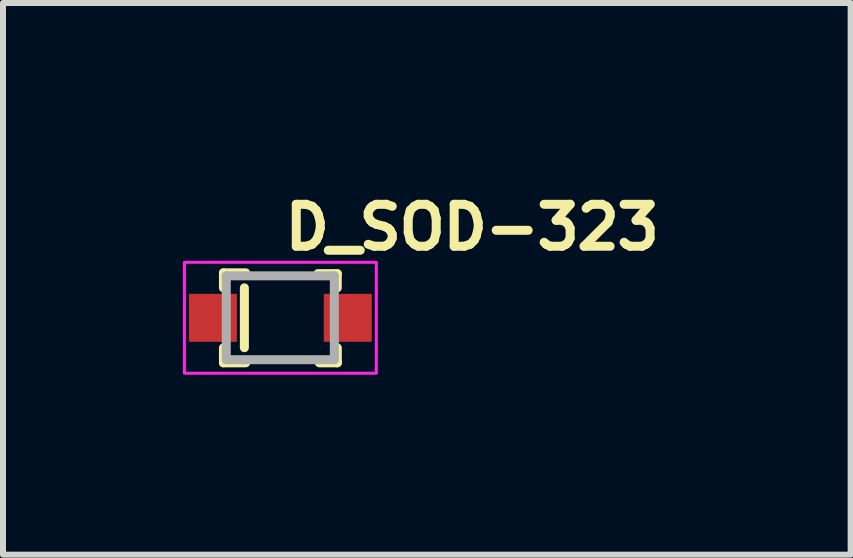
<source format=kicad_pcb>
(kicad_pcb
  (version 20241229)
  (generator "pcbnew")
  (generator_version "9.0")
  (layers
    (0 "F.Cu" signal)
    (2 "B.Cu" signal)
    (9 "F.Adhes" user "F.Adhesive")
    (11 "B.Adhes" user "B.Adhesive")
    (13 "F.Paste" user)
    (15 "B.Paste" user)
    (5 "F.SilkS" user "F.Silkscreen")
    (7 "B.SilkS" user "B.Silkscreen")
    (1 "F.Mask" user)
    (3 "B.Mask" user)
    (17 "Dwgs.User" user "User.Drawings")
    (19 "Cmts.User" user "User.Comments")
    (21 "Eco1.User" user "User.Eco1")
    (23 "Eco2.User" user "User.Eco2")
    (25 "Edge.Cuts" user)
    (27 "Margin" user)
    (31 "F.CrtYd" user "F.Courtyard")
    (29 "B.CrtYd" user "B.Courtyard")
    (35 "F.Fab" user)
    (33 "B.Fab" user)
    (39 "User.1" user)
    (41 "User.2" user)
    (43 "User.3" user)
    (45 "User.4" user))
  (footprint "D_SOD-323"
    (layer "F.Cu")
    (at 1.625 2.249)
    (property "Reference" "D_SOD-323" (at 0 -1.099 0) (layer "F.SilkS") (effects (font (size 0.7 0.7) (thickness 0.15)) (justify left bottom)))
    (attr smd)
    (fp_line (start -0.949 -0.749) (end -0.949 -0.499) (stroke (width 0.15) (type solid)) (layer "F.SilkS"))
    (fp_line (start -0.949 0.501) (end -0.949 0.751) (stroke (width 0.15) (type solid)) (layer "F.SilkS"))
    (fp_line (start -0.6 -0.499) (end -0.6 0.499) (stroke (width 0.15) (type solid)) (layer "F.SilkS"))
    (fp_line (start -0.577 -0.749) (end -0.949 -0.749) (stroke (width 0.15) (type solid)) (layer "F.SilkS"))
    (fp_line (start -0.577 0.751) (end -0.949 0.751) (stroke (width 0.15) (type solid)) (layer "F.SilkS"))
    (fp_line (start 0.625 -0.736) (end 0.949 -0.736) (stroke (width 0.15) (type solid)) (layer "F.SilkS"))
    (fp_line (start 0.949 -0.736) (end 0.949 -0.499) (stroke (width 0.15) (type solid)) (layer "F.SilkS"))
    (fp_line (start 0.95 0.501) (end 0.95 0.751) (stroke (width 0.15) (type solid)) (layer "F.SilkS"))
    (fp_line (start 0.95 0.751) (end 0.649 0.751) (stroke (width 0.15) (type solid)) (layer "F.SilkS"))
    (fp_rect (start -1.6 -0.925) (end 1.6 0.925) (stroke (width 0.05) (type solid)) (fill no) (layer "F.CrtYd"))
    (fp_line (start -0.902 0.699) (end -0.902 -0.699) (stroke (width 0.15) (type solid)) (layer "F.Fab"))
    (fp_line (start -0.902 0.699) (end 0.9 0.699) (stroke (width 0.15) (type solid)) (layer "F.Fab"))
    (fp_line (start 0.9 -0.699) (end -0.902 -0.699) (stroke (width 0.15) (type solid)) (layer "F.Fab"))
    (fp_line (start 0.9 -0.699) (end 0.9 0.699) (stroke (width 0.15) (type solid)) (layer "F.Fab"))
    (fp_rect (start -1.301 -0.676) (end 1.3 0.676) (stroke (width 0.1) (type solid)) (fill no) (layer "User.5"))
    (fp_line (start -1.301 -0.174) (end -1.301 0.174) (stroke (width 0.02) (type solid)) (layer "User.9"))
    (fp_line (start -1.301 0.174) (end -1.238 0.174) (stroke (width 0.02) (type solid)) (layer "User.9"))
    (fp_line (start -1.238 -0.174) (end -1.301 -0.174) (stroke (width 0.02) (type solid)) (layer "User.9"))
    (fp_line (start -1.238 0.174) (end -1.19 0.174) (stroke (width 0.02) (type solid)) (layer "User.9"))
    (fp_line (start -1.19 -0.174) (end -1.238 -0.174) (stroke (width 0.02) (type solid)) (layer "User.9"))
    (fp_line (start -1.19 0.174) (end -1.085 0.174) (stroke (width 0.02) (type solid)) (layer "User.9"))
    (fp_line (start -1.085 -0.174) (end -1.19 -0.174) (stroke (width 0.02) (type solid)) (layer "User.9"))
    (fp_line (start -0.902 -0.676) (end -0.801 -0.575) (stroke (width 0.02) (type solid)) (layer "User.9"))
    (fp_line (start -0.902 -0.676) (end 0.9 -0.676) (stroke (width 0.02) (type solid)) (layer "User.9"))
    (fp_line (start -0.902 -0.174) (end -0.902 -0.676) (stroke (width 0.02) (type solid)) (layer "User.9"))
    (fp_line (start -0.902 0.676) (end -0.902 0.174) (stroke (width 0.02) (type solid)) (layer "User.9"))
    (fp_line (start -0.902 0.676) (end -0.801 0.575) (stroke (width 0.02) (type solid)) (layer "User.9"))
    (fp_line (start -0.87 -0.174) (end -1.085 -0.174) (stroke (width 0.02) (type solid)) (layer "User.9"))
    (fp_line (start -0.87 0.174) (end -1.085 0.174) (stroke (width 0.02) (type solid)) (layer "User.9"))
    (fp_line (start -0.87 0.174) (end -0.87 -0.174) (stroke (width 0.02) (type solid)) (layer "User.9"))
    (fp_line (start -0.802 0.575) (end -0.802 -0.575) (stroke (width 0.02) (type solid)) (layer "User.9"))
    (fp_line (start -0.3 -0.575) (end -0.802 -0.575) (stroke (width 0.02) (type solid)) (layer "User.9"))
    (fp_line (start -0.3 -0.575) (end 0.8 -0.575) (stroke (width 0.02) (type solid)) (layer "User.9"))
    (fp_line (start -0.3 0.573) (end -0.802 0.573) (stroke (width 0.02) (type solid)) (layer "User.9"))
    (fp_line (start -0.3 0.575) (end 0.8 0.575) (stroke (width 0.02) (type solid)) (layer "User.9"))
    (fp_line (start 0.8 -0.575) (end 0.8 0.575) (stroke (width 0.02) (type solid)) (layer "User.9"))
    (fp_line (start 0.8 -0.575) (end 0.9 -0.676) (stroke (width 0.02) (type solid)) (layer "User.9"))
    (fp_line (start 0.8 0.575) (end 0.9 0.676) (stroke (width 0.02) (type solid)) (layer "User.9"))
    (fp_line (start 0.868 -0.174) (end 0.868 0.174) (stroke (width 0.02) (type solid)) (layer "User.9"))
    (fp_line (start 0.868 -0.174) (end 1.084 -0.174) (stroke (width 0.02) (type solid)) (layer "User.9"))
    (fp_line (start 0.868 0.174) (end 1.084 0.174) (stroke (width 0.02) (type solid)) (layer "User.9"))
    (fp_line (start 0.9 -0.676) (end 0.9 -0.174) (stroke (width 0.02) (type solid)) (layer "User.9"))
    (fp_line (start 0.9 0.174) (end 0.9 0.676) (stroke (width 0.02) (type solid)) (layer "User.9"))
    (fp_line (start 0.9 0.676) (end -0.902 0.676) (stroke (width 0.02) (type solid)) (layer "User.9"))
    (fp_line (start 1.084 0.174) (end 1.187 0.174) (stroke (width 0.02) (type solid)) (layer "User.9"))
    (fp_line (start 1.187 -0.174) (end 1.084 -0.174) (stroke (width 0.02) (type solid)) (layer "User.9"))
    (fp_line (start 1.187 0.174) (end 1.237 0.174) (stroke (width 0.02) (type solid)) (layer "User.9"))
    (fp_line (start 1.237 -0.174) (end 1.187 -0.174) (stroke (width 0.02) (type solid)) (layer "User.9"))
    (fp_line (start 1.237 0.174) (end 1.3 0.174) (stroke (width 0.02) (type solid)) (layer "User.9"))
    (fp_line (start 1.3 -0.174) (end 1.237 -0.174) (stroke (width 0.02) (type solid)) (layer "User.9"))
    (fp_line (start 1.3 0.174) (end 1.3 -0.174) (stroke (width 0.02) (type solid)) (layer "User.9"))
    (pad "1" smd rect (at -1.125 0.001) (size 0.8 0.8) (layers "F.Cu" "F.Mask" "F.Paste"))
    (pad "2" smd rect (at 1.124 0.001) (size 0.8 0.8) (layers "F.Cu" "F.Mask" "F.Paste")))
  (gr_rect
    (start -3 -3)
    (end 11.135 6.199)
    (stroke (width 0.1) (type default))
    (fill no)
    (layer "Edge.Cuts")))
</source>
